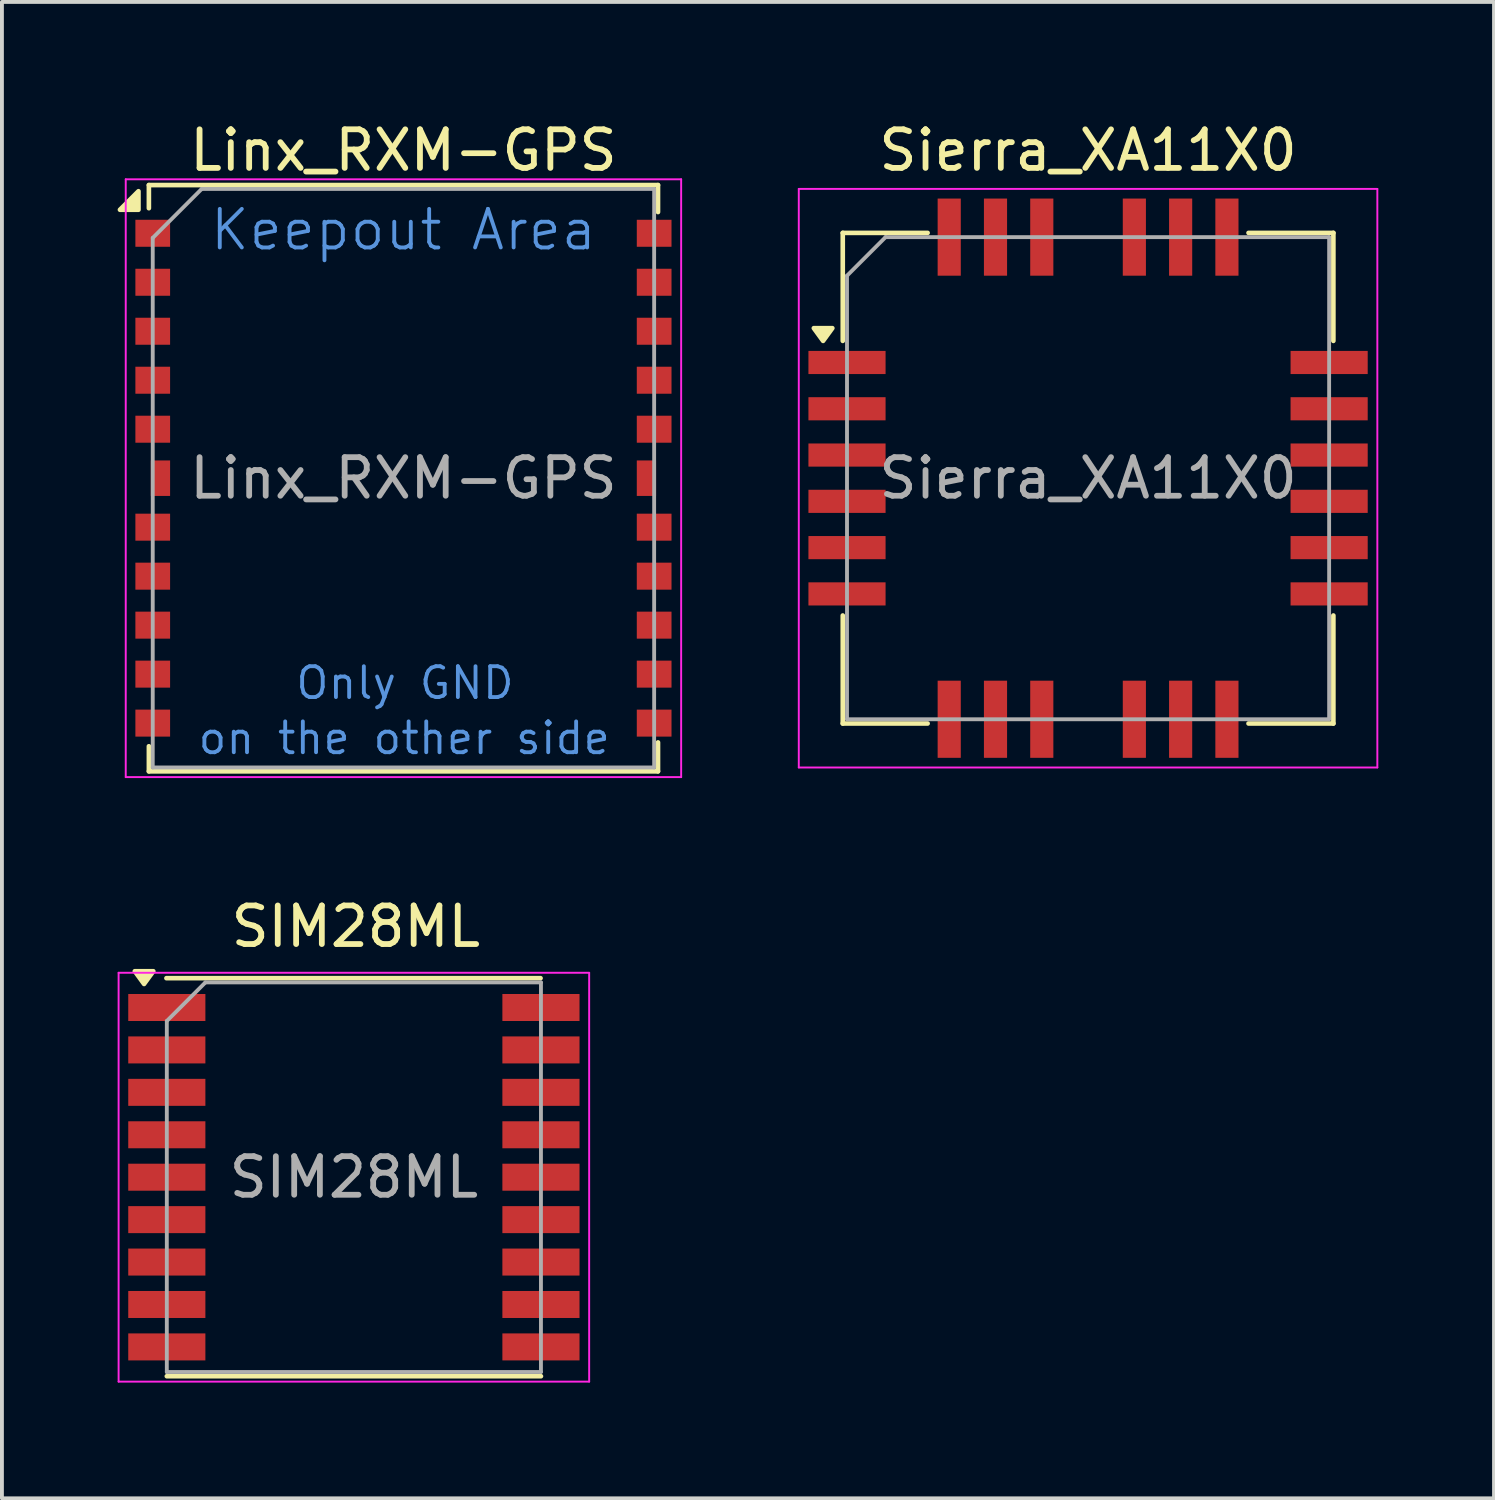
<source format=kicad_pcb>
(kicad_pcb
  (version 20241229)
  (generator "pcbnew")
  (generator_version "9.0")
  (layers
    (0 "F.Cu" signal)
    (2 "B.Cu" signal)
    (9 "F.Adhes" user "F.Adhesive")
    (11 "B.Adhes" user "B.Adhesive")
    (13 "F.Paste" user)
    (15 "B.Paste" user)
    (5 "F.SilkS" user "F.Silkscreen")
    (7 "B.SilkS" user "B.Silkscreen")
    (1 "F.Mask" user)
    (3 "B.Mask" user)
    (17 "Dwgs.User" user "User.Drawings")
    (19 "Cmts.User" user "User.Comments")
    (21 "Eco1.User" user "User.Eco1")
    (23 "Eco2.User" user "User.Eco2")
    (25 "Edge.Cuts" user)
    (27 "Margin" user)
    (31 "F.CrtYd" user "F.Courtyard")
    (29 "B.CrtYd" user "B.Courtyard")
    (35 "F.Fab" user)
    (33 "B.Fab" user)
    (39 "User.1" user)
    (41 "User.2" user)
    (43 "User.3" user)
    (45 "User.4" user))
  (footprint "SIM28ML"
    (layer "F.Cu")
    (at 6.125 27.471)
    (property "Reference" "SIM28ML" (at 0.05 -6.5 0) (layer "F.SilkS") (effects (font (size 1 1) (thickness 0.15))))
    (attr smd)
    (fp_line (start -4.86 -5.16) (end 4.84 -5.16) (stroke (width 0.12) (type solid)) (layer "F.SilkS"))
    (fp_line (start -4.85 5.16) (end 4.85 5.16) (stroke (width 0.12) (type solid)) (layer "F.SilkS"))
    (fp_poly (pts (xy -5.44 -5.01) (xy -5.68 -5.34) (xy -5.2 -5.34) (xy -5.44 -5.01)) (stroke (width 0.12) (type solid)) (fill yes) (layer "F.SilkS"))
    (fp_line (start -6.1 -5.3) (end 6.1 -5.3) (stroke (width 0.05) (type solid)) (layer "F.CrtYd"))
    (fp_line (start -6.1 5.3) (end -6.1 -5.3) (stroke (width 0.05) (type solid)) (layer "F.CrtYd"))
    (fp_line (start 6.1 -5.3) (end 6.1 5.3) (stroke (width 0.05) (type solid)) (layer "F.CrtYd"))
    (fp_line (start 6.1 5.3) (end -6.1 5.3) (stroke (width 0.05) (type solid)) (layer "F.CrtYd"))
    (fp_line (start -4.85 5.05) (end -4.85 -4.05) (stroke (width 0.1) (type solid)) (layer "F.Fab"))
    (fp_line (start -3.85 -5.05) (end -4.85 -4.05) (stroke (width 0.1) (type solid)) (layer "F.Fab"))
    (fp_line (start -3.85 -5.05) (end 4.85 -5.05) (stroke (width 0.1) (type solid)) (layer "F.Fab"))
    (fp_line (start 4.85 -5.05) (end 4.85 5.05) (stroke (width 0.1) (type solid)) (layer "F.Fab"))
    (fp_line (start 4.85 5.05) (end -4.85 5.05) (stroke (width 0.1) (type solid)) (layer "F.Fab"))
    (fp_text user "${REFERENCE}" (at 0 0 0) (layer "F.Fab") (effects (font (size 1 1) (thickness 0.15))))
    (pad "1" smd rect (at -4.85 -4.4) (size 2 0.7) (layers "F.Cu" "F.Mask" "F.Paste"))
    (pad "2" smd rect (at -4.85 -3.3) (size 2 0.7) (layers "F.Cu" "F.Mask" "F.Paste"))
    (pad "3" smd rect (at -4.85 -2.2) (size 2 0.7) (layers "F.Cu" "F.Mask" "F.Paste"))
    (pad "4" smd rect (at -4.85 -1.1) (size 2 0.7) (layers "F.Cu" "F.Mask" "F.Paste"))
    (pad "5" smd rect (at -4.85 0) (size 2 0.7) (layers "F.Cu" "F.Mask" "F.Paste"))
    (pad "6" smd rect (at -4.85 1.1) (size 2 0.7) (layers "F.Cu" "F.Mask" "F.Paste"))
    (pad "7" smd rect (at -4.85 2.2) (size 2 0.7) (layers "F.Cu" "F.Mask" "F.Paste"))
    (pad "8" smd rect (at -4.85 3.3) (size 2 0.7) (layers "F.Cu" "F.Mask" "F.Paste"))
    (pad "9" smd rect (at -4.85 4.4) (size 2 0.7) (layers "F.Cu" "F.Mask" "F.Paste"))
    (pad "10" smd rect (at 4.85 4.4) (size 2 0.7) (layers "F.Cu" "F.Mask" "F.Paste"))
    (pad "11" smd rect (at 4.85 3.3) (size 2 0.7) (layers "F.Cu" "F.Mask" "F.Paste"))
    (pad "12" smd rect (at 4.85 2.2) (size 2 0.7) (layers "F.Cu" "F.Mask" "F.Paste"))
    (pad "13" smd rect (at 4.85 1.1) (size 2 0.7) (layers "F.Cu" "F.Mask" "F.Paste"))
    (pad "14" smd rect (at 4.85 0) (size 2 0.7) (layers "F.Cu" "F.Mask" "F.Paste"))
    (pad "15" smd rect (at 4.85 -1.1) (size 2 0.7) (layers "F.Cu" "F.Mask" "F.Paste"))
    (pad "16" smd rect (at 4.85 -2.2) (size 2 0.7) (layers "F.Cu" "F.Mask" "F.Paste"))
    (pad "17" smd rect (at 4.85 -3.3) (size 2 0.7) (layers "F.Cu" "F.Mask" "F.Paste"))
    (pad "18" smd rect (at 4.85 -4.4) (size 2 0.7) (layers "F.Cu" "F.Mask" "F.Paste")))
  (footprint "Sierra_XA11X0"
    (layer "F.Cu")
    (at 25.16 9.348)
    (property "Reference" "Sierra_XA11X0" (at 0 -8.5 0) (layer "F.SilkS") (effects (font (size 1 1) (thickness 0.15))))
    (attr smd)
    (fp_line (start -6.36 -6.36) (end -4.16 -6.36) (stroke (width 0.12) (type solid)) (layer "F.SilkS"))
    (fp_line (start -6.36 -3.56) (end -6.36 -6.36) (stroke (width 0.12) (type solid)) (layer "F.SilkS"))
    (fp_line (start -6.36 6.36) (end -6.36 3.56) (stroke (width 0.12) (type solid)) (layer "F.SilkS"))
    (fp_line (start -4.16 6.36) (end -6.36 6.36) (stroke (width 0.12) (type solid)) (layer "F.SilkS"))
    (fp_line (start 4.16 -6.36) (end 6.36 -6.36) (stroke (width 0.12) (type solid)) (layer "F.SilkS"))
    (fp_line (start 4.16 6.36) (end 6.36 6.36) (stroke (width 0.12) (type solid)) (layer "F.SilkS"))
    (fp_line (start 6.36 -6.36) (end 6.36 -3.56) (stroke (width 0.12) (type solid)) (layer "F.SilkS"))
    (fp_line (start 6.36 6.36) (end 6.36 3.56) (stroke (width 0.12) (type solid)) (layer "F.SilkS"))
    (fp_poly (pts (xy -6.87 -3.56) (xy -7.11 -3.89) (xy -6.63 -3.89) (xy -6.87 -3.56)) (stroke (width 0.12) (type solid)) (fill yes) (layer "F.SilkS"))
    (fp_line (start -7.5 -7.5) (end -7.5 7.5) (stroke (width 0.05) (type solid)) (layer "F.CrtYd"))
    (fp_line (start -7.5 7.5) (end 7.5 7.5) (stroke (width 0.05) (type solid)) (layer "F.CrtYd"))
    (fp_line (start 7.5 -7.5) (end -7.5 -7.5) (stroke (width 0.05) (type solid)) (layer "F.CrtYd"))
    (fp_line (start 7.5 7.5) (end 7.5 -7.5) (stroke (width 0.05) (type solid)) (layer "F.CrtYd"))
    (fp_line (start -6.25 -5.25) (end -5.25 -6.25) (stroke (width 0.1) (type solid)) (layer "F.Fab"))
    (fp_line (start -6.25 6.25) (end -6.25 -5.25) (stroke (width 0.1) (type solid)) (layer "F.Fab"))
    (fp_line (start -5.25 -6.25) (end 6.25 -6.25) (stroke (width 0.1) (type solid)) (layer "F.Fab"))
    (fp_line (start 6.25 -6.25) (end 6.25 6.25) (stroke (width 0.1) (type solid)) (layer "F.Fab"))
    (fp_line (start 6.25 6.25) (end -6.25 6.25) (stroke (width 0.1) (type solid)) (layer "F.Fab"))
    (fp_text user "${REFERENCE}" (at 0 0 0) (layer "F.Fab") (effects (font (size 1 1) (thickness 0.15))))
    (pad "1" smd rect (at -6.25 -3) (size 2 0.6) (layers "F.Cu" "F.Mask" "F.Paste"))
    (pad "2" smd rect (at -6.25 -1.8) (size 2 0.6) (layers "F.Cu" "F.Mask" "F.Paste"))
    (pad "3" smd rect (at -6.25 -0.6) (size 2 0.6) (layers "F.Cu" "F.Mask" "F.Paste"))
    (pad "4" smd rect (at -6.25 0.6) (size 2 0.6) (layers "F.Cu" "F.Mask" "F.Paste"))
    (pad "5" smd rect (at -6.25 1.8) (size 2 0.6) (layers "F.Cu" "F.Mask" "F.Paste"))
    (pad "6" smd rect (at -6.25 3) (size 2 0.6) (layers "F.Cu" "F.Mask" "F.Paste"))
    (pad "7" smd rect (at -3.6 6.25) (size 0.6 2) (layers "F.Cu" "F.Mask" "F.Paste"))
    (pad "8" smd rect (at -2.4 6.25) (size 0.6 2) (layers "F.Cu" "F.Mask" "F.Paste"))
    (pad "9" smd rect (at -1.2 6.25) (size 0.6 2) (layers "F.Cu" "F.Mask" "F.Paste"))
    (pad "10" smd rect (at 1.2 6.25) (size 0.6 2) (layers "F.Cu" "F.Mask" "F.Paste"))
    (pad "11" smd rect (at 2.4 6.25) (size 0.6 2) (layers "F.Cu" "F.Mask" "F.Paste"))
    (pad "12" smd rect (at 3.6 6.25) (size 0.6 2) (layers "F.Cu" "F.Mask" "F.Paste"))
    (pad "13" smd rect (at 6.25 3) (size 2 0.6) (layers "F.Cu" "F.Mask" "F.Paste"))
    (pad "14" smd rect (at 6.25 1.8) (size 2 0.6) (layers "F.Cu" "F.Mask" "F.Paste"))
    (pad "15" smd rect (at 6.25 0.6) (size 2 0.6) (layers "F.Cu" "F.Mask" "F.Paste"))
    (pad "16" smd rect (at 6.25 -0.6) (size 2 0.6) (layers "F.Cu" "F.Mask" "F.Paste"))
    (pad "17" smd rect (at 6.25 -1.8) (size 2 0.6) (layers "F.Cu" "F.Mask" "F.Paste"))
    (pad "18" smd rect (at 6.25 -3) (size 2 0.6) (layers "F.Cu" "F.Mask" "F.Paste"))
    (pad "19" smd rect (at 3.6 -6.25) (size 0.6 2) (layers "F.Cu" "F.Mask" "F.Paste"))
    (pad "20" smd rect (at 2.4 -6.25) (size 0.6 2) (layers "F.Cu" "F.Mask" "F.Paste"))
    (pad "21" smd rect (at 1.2 -6.25) (size 0.6 2) (layers "F.Cu" "F.Mask" "F.Paste"))
    (pad "22" smd rect (at -1.2 -6.25) (size 0.6 2) (layers "F.Cu" "F.Mask" "F.Paste"))
    (pad "23" smd rect (at -2.4 -6.25) (size 0.6 2) (layers "F.Cu" "F.Mask" "F.Paste"))
    (pad "24" smd rect (at -3.6 -6.25) (size 0.6 2) (layers "F.Cu" "F.Mask" "F.Paste")))
  (footprint "Linx_RXM-GPS"
    (layer "F.Cu")
    (at 7.41 9.348)
    (property "Reference" "Linx_RXM-GPS" (at 0 -8.5 0) (layer "F.SilkS") (effects (font (size 1 1) (thickness 0.15))))
    (attr smd)
    (fp_line (start -6.6 -7.6) (end 6.6 -7.6) (stroke (width 0.12) (type solid)) (layer "F.SilkS"))
    (fp_line (start -6.6 -7) (end -6.6 -7.6) (stroke (width 0.12) (type solid)) (layer "F.SilkS"))
    (fp_line (start -6.6 6.95) (end -6.6 7.6) (stroke (width 0.12) (type solid)) (layer "F.SilkS"))
    (fp_line (start -6.6 7.6) (end 6.6 7.6) (stroke (width 0.12) (type solid)) (layer "F.SilkS"))
    (fp_line (start 6.6 -7.6) (end 6.6 -6.9) (stroke (width 0.12) (type solid)) (layer "F.SilkS"))
    (fp_line (start 6.6 7.6) (end 6.6 6.85) (stroke (width 0.12) (type solid)) (layer "F.SilkS"))
    (fp_poly (pts (xy -6.87 -6.96) (xy -6.87 -7.44) (xy -7.35 -6.96)) (stroke (width 0.12) (type solid)) (fill yes) (layer "F.SilkS"))
    (fp_line (start -7.2 -7.75) (end -7.2 7.75) (stroke (width 0.05) (type solid)) (layer "F.CrtYd"))
    (fp_line (start -7.2 -7.75) (end 7.2 -7.75) (stroke (width 0.05) (type solid)) (layer "F.CrtYd"))
    (fp_line (start -7.2 7.75) (end 7.2 7.75) (stroke (width 0.05) (type solid)) (layer "F.CrtYd"))
    (fp_line (start 7.2 7.75) (end 7.2 -7.75) (stroke (width 0.05) (type solid)) (layer "F.CrtYd"))
    (fp_line (start -6.5 -6.23) (end -6.5 7.5) (stroke (width 0.1) (type solid)) (layer "F.Fab"))
    (fp_line (start -6.5 7.5) (end 6.5 7.5) (stroke (width 0.1) (type solid)) (layer "F.Fab"))
    (fp_line (start -5.23 -7.5) (end -6.5 -6.23) (stroke (width 0.1) (type solid)) (layer "F.Fab"))
    (fp_line (start 6.5 -7.5) (end -5.23 -7.5) (stroke (width 0.1) (type solid)) (layer "F.Fab"))
    (fp_line (start 6.5 7.5) (end 6.5 -7.5) (stroke (width 0.1) (type solid)) (layer "F.Fab"))
    (fp_text user "Only GND" (at 0.04 5.31 0) (layer "Cmts.User") (effects (font (size 0.8 0.8) (thickness 0.1))))
    (fp_text user "on the other side" (at 0.02 6.74 0) (layer "Cmts.User") (effects (font (size 0.8 0.8) (thickness 0.1))))
    (fp_text user "Keepout Area" (at 0 -6.44 0) (layer "Cmts.User") (effects (font (size 1 1) (thickness 0.1))))
    (fp_text user "${REFERENCE}" (at 0 0 0) (layer "F.Fab") (effects (font (size 1 1) (thickness 0.15))))
    (pad "1" smd rect (at -6.5 -6.35 90) (size 0.7 0.9) (layers "F.Cu" "F.Mask" "F.Paste"))
    (pad "2" smd rect (at -6.5 -5.08 90) (size 0.7 0.9) (layers "F.Cu" "F.Mask" "F.Paste"))
    (pad "3" smd rect (at -6.5 -3.81 90) (size 0.7 0.9) (layers "F.Cu" "F.Mask" "F.Paste"))
    (pad "4" smd rect (at -6.5 -2.54 90) (size 0.7 0.9) (layers "F.Cu" "F.Mask" "F.Paste"))
    (pad "5" smd rect (at -6.5 -1.27 90) (size 0.7 0.9) (layers "F.Cu" "F.Mask" "F.Paste"))
    (pad "6" smd rect (at -6.5 1.27 90) (size 0.7 0.9) (layers "F.Cu" "F.Mask" "F.Paste"))
    (pad "7" smd rect (at -6.5 2.54 90) (size 0.7 0.9) (layers "F.Cu" "F.Mask" "F.Paste"))
    (pad "8" smd rect (at -6.5 3.81 90) (size 0.7 0.9) (layers "F.Cu" "F.Mask" "F.Paste"))
    (pad "9" smd rect (at -6.5 5.08 90) (size 0.7 0.9) (layers "F.Cu" "F.Mask" "F.Paste"))
    (pad "10" smd rect (at -6.5 6.35 90) (size 0.7 0.9) (layers "F.Cu" "F.Mask" "F.Paste"))
    (pad "11" smd rect (at 6.5 6.35 90) (size 0.7 0.9) (layers "F.Cu" "F.Mask" "F.Paste"))
    (pad "12" smd rect (at 6.5 5.08 90) (size 0.7 0.9) (layers "F.Cu" "F.Mask" "F.Paste"))
    (pad "13" smd rect (at 6.5 3.81 90) (size 0.7 0.9) (layers "F.Cu" "F.Mask" "F.Paste"))
    (pad "14" smd rect (at 6.5 2.54 90) (size 0.7 0.9) (layers "F.Cu" "F.Mask" "F.Paste"))
    (pad "15" smd rect (at 6.5 1.27 90) (size 0.7 0.9) (layers "F.Cu" "F.Mask" "F.Paste"))
    (pad "16" smd rect (at 6.5 -1.27 90) (size 0.7 0.9) (layers "F.Cu" "F.Mask" "F.Paste"))
    (pad "17" smd rect (at 6.5 -2.54 90) (size 0.7 0.9) (layers "F.Cu" "F.Mask" "F.Paste"))
    (pad "18" smd rect (at 6.5 -3.81 90) (size 0.7 0.9) (layers "F.Cu" "F.Mask" "F.Paste"))
    (pad "19" smd rect (at 6.5 -5.08 90) (size 0.7 0.9) (layers "F.Cu" "F.Mask" "F.Paste"))
    (pad "20" smd rect (at 6.5 -6.35 90) (size 0.7 0.9) (layers "F.Cu" "F.Mask" "F.Paste"))
    (pad "21" smd rect (at -6.3 0 90) (size 0.92 0.5) (layers "F.Cu" "F.Mask" "F.Paste"))
    (pad "22" smd rect (at 6.3 0 90) (size 0.92 0.5) (layers "F.Cu" "F.Mask" "F.Paste"))
    (zone (net_name "") (layer "F.Cu") (hatch full 0.508) (connect_pads) (min_thickness 0.254) (filled_areas_thickness no) (keepout (tracks not_allowed) (vias not_allowed) (pads not_allowed) (copperpour not_allowed) (footprints not_allowed)) (placement (enabled no)) (fill) (polygon (pts (xy 1.36 1.848) (xy 13.46 1.848) (xy 13.46 16.848) (xy 1.36 16.848)))))
  (gr_rect
    (start -3 -3)
    (end 35.685 35.797)
    (stroke (width 0.1) (type default))
    (fill no)
    (layer "Edge.Cuts")))
</source>
